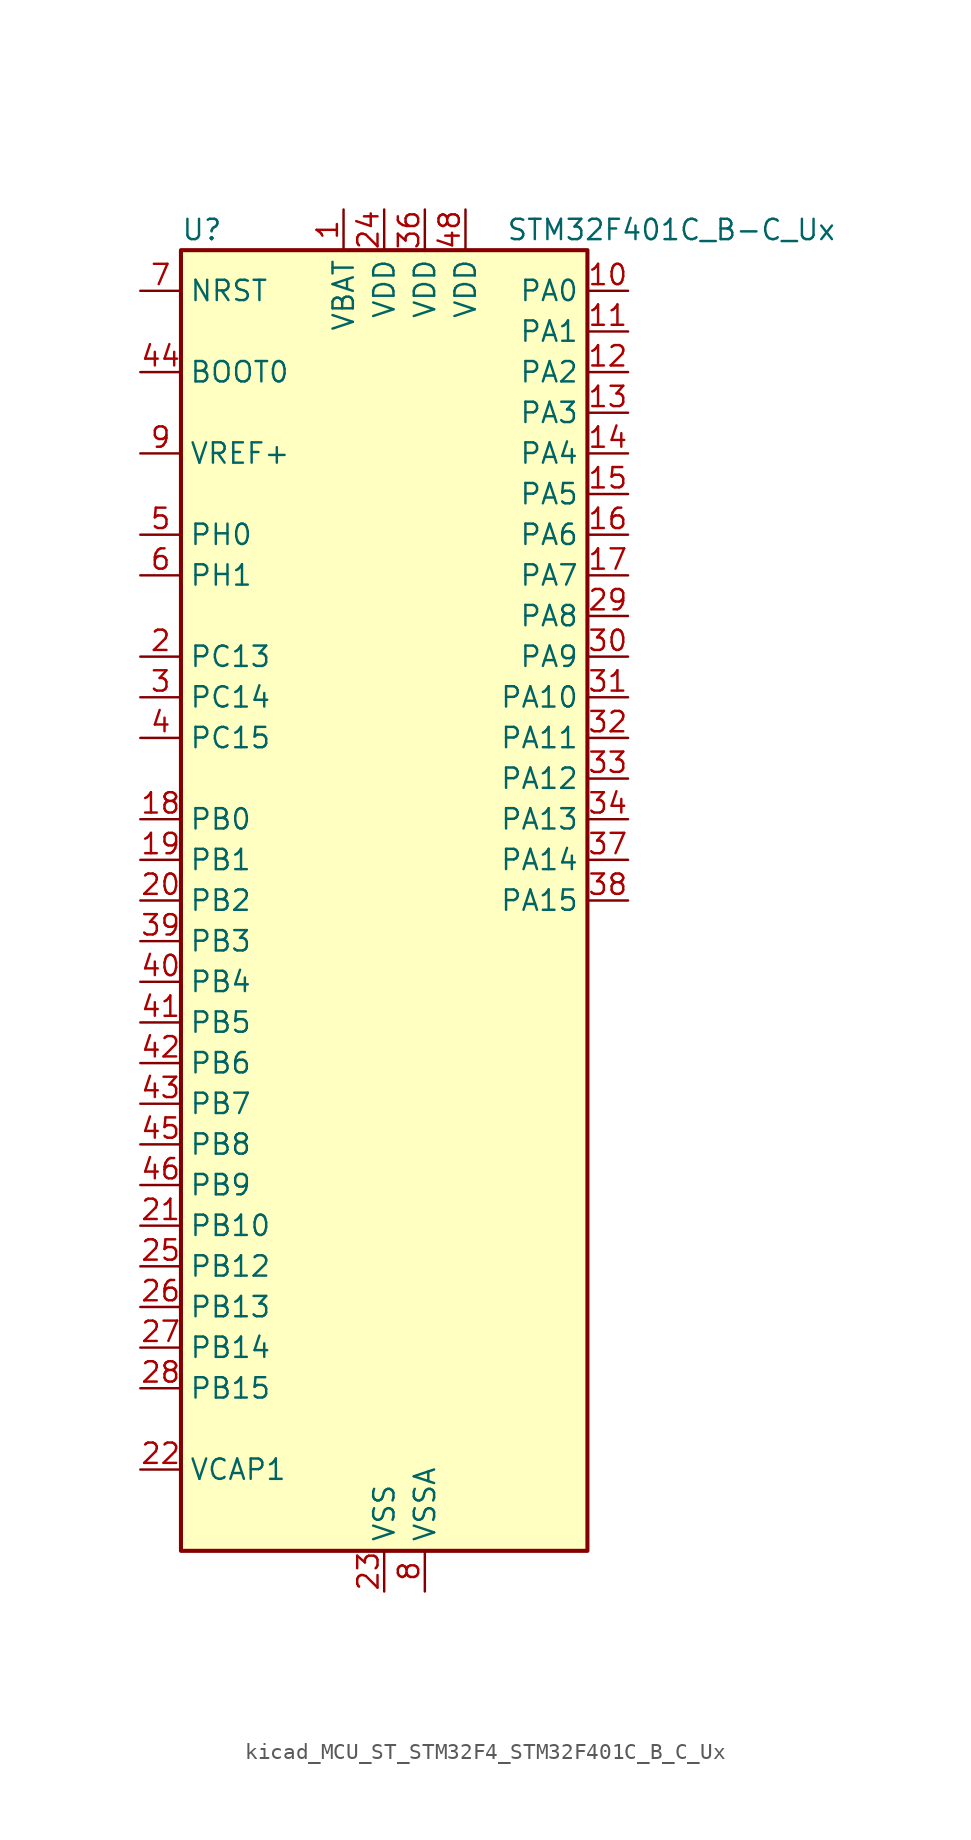
<source format=kicad_sym>
(kicad_symbol_lib
  (version 20220914)
  (generator kicad_symbol_editor)
  (symbol "kicad_MCU_ST_STM32F4_STM32F401C_B_C_Ux"
    (property "Reference" "U"
      (at -12.7 41.91 0)
      (effects (font (size 1.27 1.27)) (justify left)))
    (property "Value" "STM32F401C_B-C_Ux"
      (at 7.62 41.91 0)
      (effects (font (size 1.27 1.27)) (justify left)))
    (property "ki_locked" ""
      (at 0 0 0)
      (effects (font (size 1.27 1.27))))
    (symbol "kicad_MCU_ST_STM32F4_STM32F401C_B_C_Ux_0_1"
      (rectangle (start -12.7 -40.64) (end 12.7 40.64) (stroke (width 0.254) (type default)) (fill (type background))))
    (symbol "kicad_MCU_ST_STM32F4_STM32F401C_B_C_Ux_1_1"
      (pin power_in line (at -2.54 43.18 270) (length 2.54) (name "VBAT" (effects (font (size 1.27 1.27)))) (number "1" (effects (font (size 1.27 1.27)))))
      (pin bidirectional line (at 15.24 38.1 180) (length 2.54) (name "PA0" (effects (font (size 1.27 1.27)))) (number "10" (effects (font (size 1.27 1.27)))) (alternate "ADC1_IN0" bidirectional line) (alternate "SYS_WKUP" bidirectional line) (alternate "TIM2_CH1" bidirectional line) (alternate "TIM2_ETR" bidirectional line) (alternate "TIM5_CH1" bidirectional line) (alternate "USART2_CTS" bidirectional line))
      (pin bidirectional line (at 15.24 35.56 180) (length 2.54) (name "PA1" (effects (font (size 1.27 1.27)))) (number "11" (effects (font (size 1.27 1.27)))) (alternate "ADC1_IN1" bidirectional line) (alternate "TIM2_CH2" bidirectional line) (alternate "TIM5_CH2" bidirectional line) (alternate "USART2_RTS" bidirectional line))
      (pin bidirectional line (at 15.24 33.02 180) (length 2.54) (name "PA2" (effects (font (size 1.27 1.27)))) (number "12" (effects (font (size 1.27 1.27)))) (alternate "ADC1_IN2" bidirectional line) (alternate "TIM2_CH3" bidirectional line) (alternate "TIM5_CH3" bidirectional line) (alternate "TIM9_CH1" bidirectional line) (alternate "USART2_TX" bidirectional line))
      (pin bidirectional line (at 15.24 30.48 180) (length 2.54) (name "PA3" (effects (font (size 1.27 1.27)))) (number "13" (effects (font (size 1.27 1.27)))) (alternate "ADC1_IN3" bidirectional line) (alternate "TIM2_CH4" bidirectional line) (alternate "TIM5_CH4" bidirectional line) (alternate "TIM9_CH2" bidirectional line) (alternate "USART2_RX" bidirectional line))
      (pin bidirectional line (at 15.24 27.94 180) (length 2.54) (name "PA4" (effects (font (size 1.27 1.27)))) (number "14" (effects (font (size 1.27 1.27)))) (alternate "ADC1_IN4" bidirectional line) (alternate "I2S3_WS" bidirectional line) (alternate "SPI1_NSS" bidirectional line) (alternate "SPI3_NSS" bidirectional line) (alternate "USART2_CK" bidirectional line))
      (pin bidirectional line (at 15.24 25.4 180) (length 2.54) (name "PA5" (effects (font (size 1.27 1.27)))) (number "15" (effects (font (size 1.27 1.27)))) (alternate "ADC1_IN5" bidirectional line) (alternate "SPI1_SCK" bidirectional line) (alternate "TIM2_CH1" bidirectional line) (alternate "TIM2_ETR" bidirectional line))
      (pin bidirectional line (at 15.24 22.86 180) (length 2.54) (name "PA6" (effects (font (size 1.27 1.27)))) (number "16" (effects (font (size 1.27 1.27)))) (alternate "ADC1_IN6" bidirectional line) (alternate "SPI1_MISO" bidirectional line) (alternate "TIM1_BKIN" bidirectional line) (alternate "TIM3_CH1" bidirectional line))
      (pin bidirectional line (at 15.24 20.32 180) (length 2.54) (name "PA7" (effects (font (size 1.27 1.27)))) (number "17" (effects (font (size 1.27 1.27)))) (alternate "ADC1_IN7" bidirectional line) (alternate "SPI1_MOSI" bidirectional line) (alternate "TIM1_CH1N" bidirectional line) (alternate "TIM3_CH2" bidirectional line))
      (pin bidirectional line (at -15.24 5.08 0) (length 2.54) (name "PB0" (effects (font (size 1.27 1.27)))) (number "18" (effects (font (size 1.27 1.27)))) (alternate "ADC1_IN8" bidirectional line) (alternate "TIM1_CH2N" bidirectional line) (alternate "TIM3_CH3" bidirectional line))
      (pin bidirectional line (at -15.24 2.54 0) (length 2.54) (name "PB1" (effects (font (size 1.27 1.27)))) (number "19" (effects (font (size 1.27 1.27)))) (alternate "ADC1_IN9" bidirectional line) (alternate "TIM1_CH3N" bidirectional line) (alternate "TIM3_CH4" bidirectional line))
      (pin bidirectional line (at -15.24 15.24 0) (length 2.54) (name "PC13" (effects (font (size 1.27 1.27)))) (number "2" (effects (font (size 1.27 1.27)))) (alternate "RTC_AF1" bidirectional line))
      (pin bidirectional line (at -15.24 0 0) (length 2.54) (name "PB2" (effects (font (size 1.27 1.27)))) (number "20" (effects (font (size 1.27 1.27)))))
      (pin bidirectional line (at -15.24 -20.32 0) (length 2.54) (name "PB10" (effects (font (size 1.27 1.27)))) (number "21" (effects (font (size 1.27 1.27)))) (alternate "I2C2_SCL" bidirectional line) (alternate "I2S2_CK" bidirectional line) (alternate "SPI2_SCK" bidirectional line) (alternate "TIM2_CH3" bidirectional line))
      (pin power_out line (at -15.24 -35.56 0) (length 2.54) (name "VCAP1" (effects (font (size 1.27 1.27)))) (number "22" (effects (font (size 1.27 1.27)))))
      (pin power_in line (at 0 -43.18 90) (length 2.54) (name "VSS" (effects (font (size 1.27 1.27)))) (number "23" (effects (font (size 1.27 1.27)))))
      (pin power_in line (at 0 43.18 270) (length 2.54) (name "VDD" (effects (font (size 1.27 1.27)))) (number "24" (effects (font (size 1.27 1.27)))))
      (pin bidirectional line (at -15.24 -22.86 0) (length 2.54) (name "PB12" (effects (font (size 1.27 1.27)))) (number "25" (effects (font (size 1.27 1.27)))) (alternate "I2C2_SMBA" bidirectional line) (alternate "I2S2_WS" bidirectional line) (alternate "SPI2_NSS" bidirectional line) (alternate "TIM1_BKIN" bidirectional line))
      (pin bidirectional line (at -15.24 -25.4 0) (length 2.54) (name "PB13" (effects (font (size 1.27 1.27)))) (number "26" (effects (font (size 1.27 1.27)))) (alternate "I2S2_CK" bidirectional line) (alternate "SPI2_SCK" bidirectional line) (alternate "TIM1_CH1N" bidirectional line))
      (pin bidirectional line (at -15.24 -27.94 0) (length 2.54) (name "PB14" (effects (font (size 1.27 1.27)))) (number "27" (effects (font (size 1.27 1.27)))) (alternate "I2S2_ext_SD" bidirectional line) (alternate "SPI2_MISO" bidirectional line) (alternate "TIM1_CH2N" bidirectional line))
      (pin bidirectional line (at -15.24 -30.48 0) (length 2.54) (name "PB15" (effects (font (size 1.27 1.27)))) (number "28" (effects (font (size 1.27 1.27)))) (alternate "ADC1_EXTI15" bidirectional line) (alternate "I2S2_SD" bidirectional line) (alternate "RTC_REFIN" bidirectional line) (alternate "SPI2_MOSI" bidirectional line) (alternate "TIM1_CH3N" bidirectional line))
      (pin bidirectional line (at 15.24 17.78 180) (length 2.54) (name "PA8" (effects (font (size 1.27 1.27)))) (number "29" (effects (font (size 1.27 1.27)))) (alternate "I2C3_SCL" bidirectional line) (alternate "RCC_MCO_1" bidirectional line) (alternate "TIM1_CH1" bidirectional line) (alternate "USART1_CK" bidirectional line) (alternate "USB_OTG_FS_SOF" bidirectional line))
      (pin bidirectional line (at -15.24 12.7 0) (length 2.54) (name "PC14" (effects (font (size 1.27 1.27)))) (number "3" (effects (font (size 1.27 1.27)))) (alternate "RCC_OSC32_IN" bidirectional line))
      (pin bidirectional line (at 15.24 15.24 180) (length 2.54) (name "PA9" (effects (font (size 1.27 1.27)))) (number "30" (effects (font (size 1.27 1.27)))) (alternate "I2C3_SMBA" bidirectional line) (alternate "TIM1_CH2" bidirectional line) (alternate "USART1_TX" bidirectional line) (alternate "USB_OTG_FS_VBUS" bidirectional line))
      (pin bidirectional line (at 15.24 12.7 180) (length 2.54) (name "PA10" (effects (font (size 1.27 1.27)))) (number "31" (effects (font (size 1.27 1.27)))) (alternate "TIM1_CH3" bidirectional line) (alternate "USART1_RX" bidirectional line) (alternate "USB_OTG_FS_ID" bidirectional line))
      (pin bidirectional line (at 15.24 10.16 180) (length 2.54) (name "PA11" (effects (font (size 1.27 1.27)))) (number "32" (effects (font (size 1.27 1.27)))) (alternate "ADC1_EXTI11" bidirectional line) (alternate "TIM1_CH4" bidirectional line) (alternate "USART1_CTS" bidirectional line) (alternate "USART6_TX" bidirectional line) (alternate "USB_OTG_FS_DM" bidirectional line))
      (pin bidirectional line (at 15.24 7.62 180) (length 2.54) (name "PA12" (effects (font (size 1.27 1.27)))) (number "33" (effects (font (size 1.27 1.27)))) (alternate "TIM1_ETR" bidirectional line) (alternate "USART1_RTS" bidirectional line) (alternate "USART6_RX" bidirectional line) (alternate "USB_OTG_FS_DP" bidirectional line))
      (pin bidirectional line (at 15.24 5.08 180) (length 2.54) (name "PA13" (effects (font (size 1.27 1.27)))) (number "34" (effects (font (size 1.27 1.27)))) (alternate "SYS_JTMS-SWDIO" bidirectional line))
      (pin passive line (at 0 -43.18 90) (length 2.54) hide (name "VSS" (effects (font (size 1.27 1.27)))) (number "35" (effects (font (size 1.27 1.27)))))
      (pin power_in line (at 2.54 43.18 270) (length 2.54) (name "VDD" (effects (font (size 1.27 1.27)))) (number "36" (effects (font (size 1.27 1.27)))))
      (pin bidirectional line (at 15.24 2.54 180) (length 2.54) (name "PA14" (effects (font (size 1.27 1.27)))) (number "37" (effects (font (size 1.27 1.27)))) (alternate "SYS_JTCK-SWCLK" bidirectional line))
      (pin bidirectional line (at 15.24 0 180) (length 2.54) (name "PA15" (effects (font (size 1.27 1.27)))) (number "38" (effects (font (size 1.27 1.27)))) (alternate "ADC1_EXTI15" bidirectional line) (alternate "I2S3_WS" bidirectional line) (alternate "SPI1_NSS" bidirectional line) (alternate "SPI3_NSS" bidirectional line) (alternate "SYS_JTDI" bidirectional line) (alternate "TIM2_CH1" bidirectional line) (alternate "TIM2_ETR" bidirectional line))
      (pin bidirectional line (at -15.24 -2.54 0) (length 2.54) (name "PB3" (effects (font (size 1.27 1.27)))) (number "39" (effects (font (size 1.27 1.27)))) (alternate "I2C2_SDA" bidirectional line) (alternate "I2S3_CK" bidirectional line) (alternate "SPI1_SCK" bidirectional line) (alternate "SPI3_SCK" bidirectional line) (alternate "SYS_JTDO-SWO" bidirectional line) (alternate "TIM2_CH2" bidirectional line))
      (pin bidirectional line (at -15.24 10.16 0) (length 2.54) (name "PC15" (effects (font (size 1.27 1.27)))) (number "4" (effects (font (size 1.27 1.27)))) (alternate "ADC1_EXTI15" bidirectional line) (alternate "RCC_OSC32_OUT" bidirectional line))
      (pin bidirectional line (at -15.24 -5.08 0) (length 2.54) (name "PB4" (effects (font (size 1.27 1.27)))) (number "40" (effects (font (size 1.27 1.27)))) (alternate "I2C3_SDA" bidirectional line) (alternate "I2S3_ext_SD" bidirectional line) (alternate "SPI1_MISO" bidirectional line) (alternate "SPI3_MISO" bidirectional line) (alternate "SYS_JTRST" bidirectional line) (alternate "TIM3_CH1" bidirectional line))
      (pin bidirectional line (at -15.24 -7.62 0) (length 2.54) (name "PB5" (effects (font (size 1.27 1.27)))) (number "41" (effects (font (size 1.27 1.27)))) (alternate "I2C1_SMBA" bidirectional line) (alternate "I2S3_SD" bidirectional line) (alternate "SPI1_MOSI" bidirectional line) (alternate "SPI3_MOSI" bidirectional line) (alternate "TIM3_CH2" bidirectional line))
      (pin bidirectional line (at -15.24 -10.16 0) (length 2.54) (name "PB6" (effects (font (size 1.27 1.27)))) (number "42" (effects (font (size 1.27 1.27)))) (alternate "I2C1_SCL" bidirectional line) (alternate "TIM4_CH1" bidirectional line) (alternate "USART1_TX" bidirectional line))
      (pin bidirectional line (at -15.24 -12.7 0) (length 2.54) (name "PB7" (effects (font (size 1.27 1.27)))) (number "43" (effects (font (size 1.27 1.27)))) (alternate "I2C1_SDA" bidirectional line) (alternate "TIM4_CH2" bidirectional line) (alternate "USART1_RX" bidirectional line))
      (pin input line (at -15.24 33.02 0) (length 2.54) (name "BOOT0" (effects (font (size 1.27 1.27)))) (number "44" (effects (font (size 1.27 1.27)))))
      (pin bidirectional line (at -15.24 -15.24 0) (length 2.54) (name "PB8" (effects (font (size 1.27 1.27)))) (number "45" (effects (font (size 1.27 1.27)))) (alternate "I2C1_SCL" bidirectional line) (alternate "TIM10_CH1" bidirectional line) (alternate "TIM4_CH3" bidirectional line))
      (pin bidirectional line (at -15.24 -17.78 0) (length 2.54) (name "PB9" (effects (font (size 1.27 1.27)))) (number "46" (effects (font (size 1.27 1.27)))) (alternate "I2C1_SDA" bidirectional line) (alternate "I2S2_WS" bidirectional line) (alternate "SPI2_NSS" bidirectional line) (alternate "TIM11_CH1" bidirectional line) (alternate "TIM4_CH4" bidirectional line))
      (pin passive line (at 0 -43.18 90) (length 2.54) hide (name "VSS" (effects (font (size 1.27 1.27)))) (number "47" (effects (font (size 1.27 1.27)))))
      (pin power_in line (at 5.08 43.18 270) (length 2.54) (name "VDD" (effects (font (size 1.27 1.27)))) (number "48" (effects (font (size 1.27 1.27)))))
      (pin passive line (at 0 -43.18 90) (length 2.54) hide (name "VSS" (effects (font (size 1.27 1.27)))) (number "49" (effects (font (size 1.27 1.27)))))
      (pin bidirectional line (at -15.24 22.86 0) (length 2.54) (name "PH0" (effects (font (size 1.27 1.27)))) (number "5" (effects (font (size 1.27 1.27)))) (alternate "RCC_OSC_IN" bidirectional line))
      (pin bidirectional line (at -15.24 20.32 0) (length 2.54) (name "PH1" (effects (font (size 1.27 1.27)))) (number "6" (effects (font (size 1.27 1.27)))) (alternate "RCC_OSC_OUT" bidirectional line))
      (pin input line (at -15.24 38.1 0) (length 2.54) (name "NRST" (effects (font (size 1.27 1.27)))) (number "7" (effects (font (size 1.27 1.27)))))
      (pin power_in line (at 2.54 -43.18 90) (length 2.54) (name "VSSA" (effects (font (size 1.27 1.27)))) (number "8" (effects (font (size 1.27 1.27)))))
      (pin input line (at -15.24 27.94 0) (length 2.54) (name "VREF+" (effects (font (size 1.27 1.27)))) (number "9" (effects (font (size 1.27 1.27))))))))
</source>
